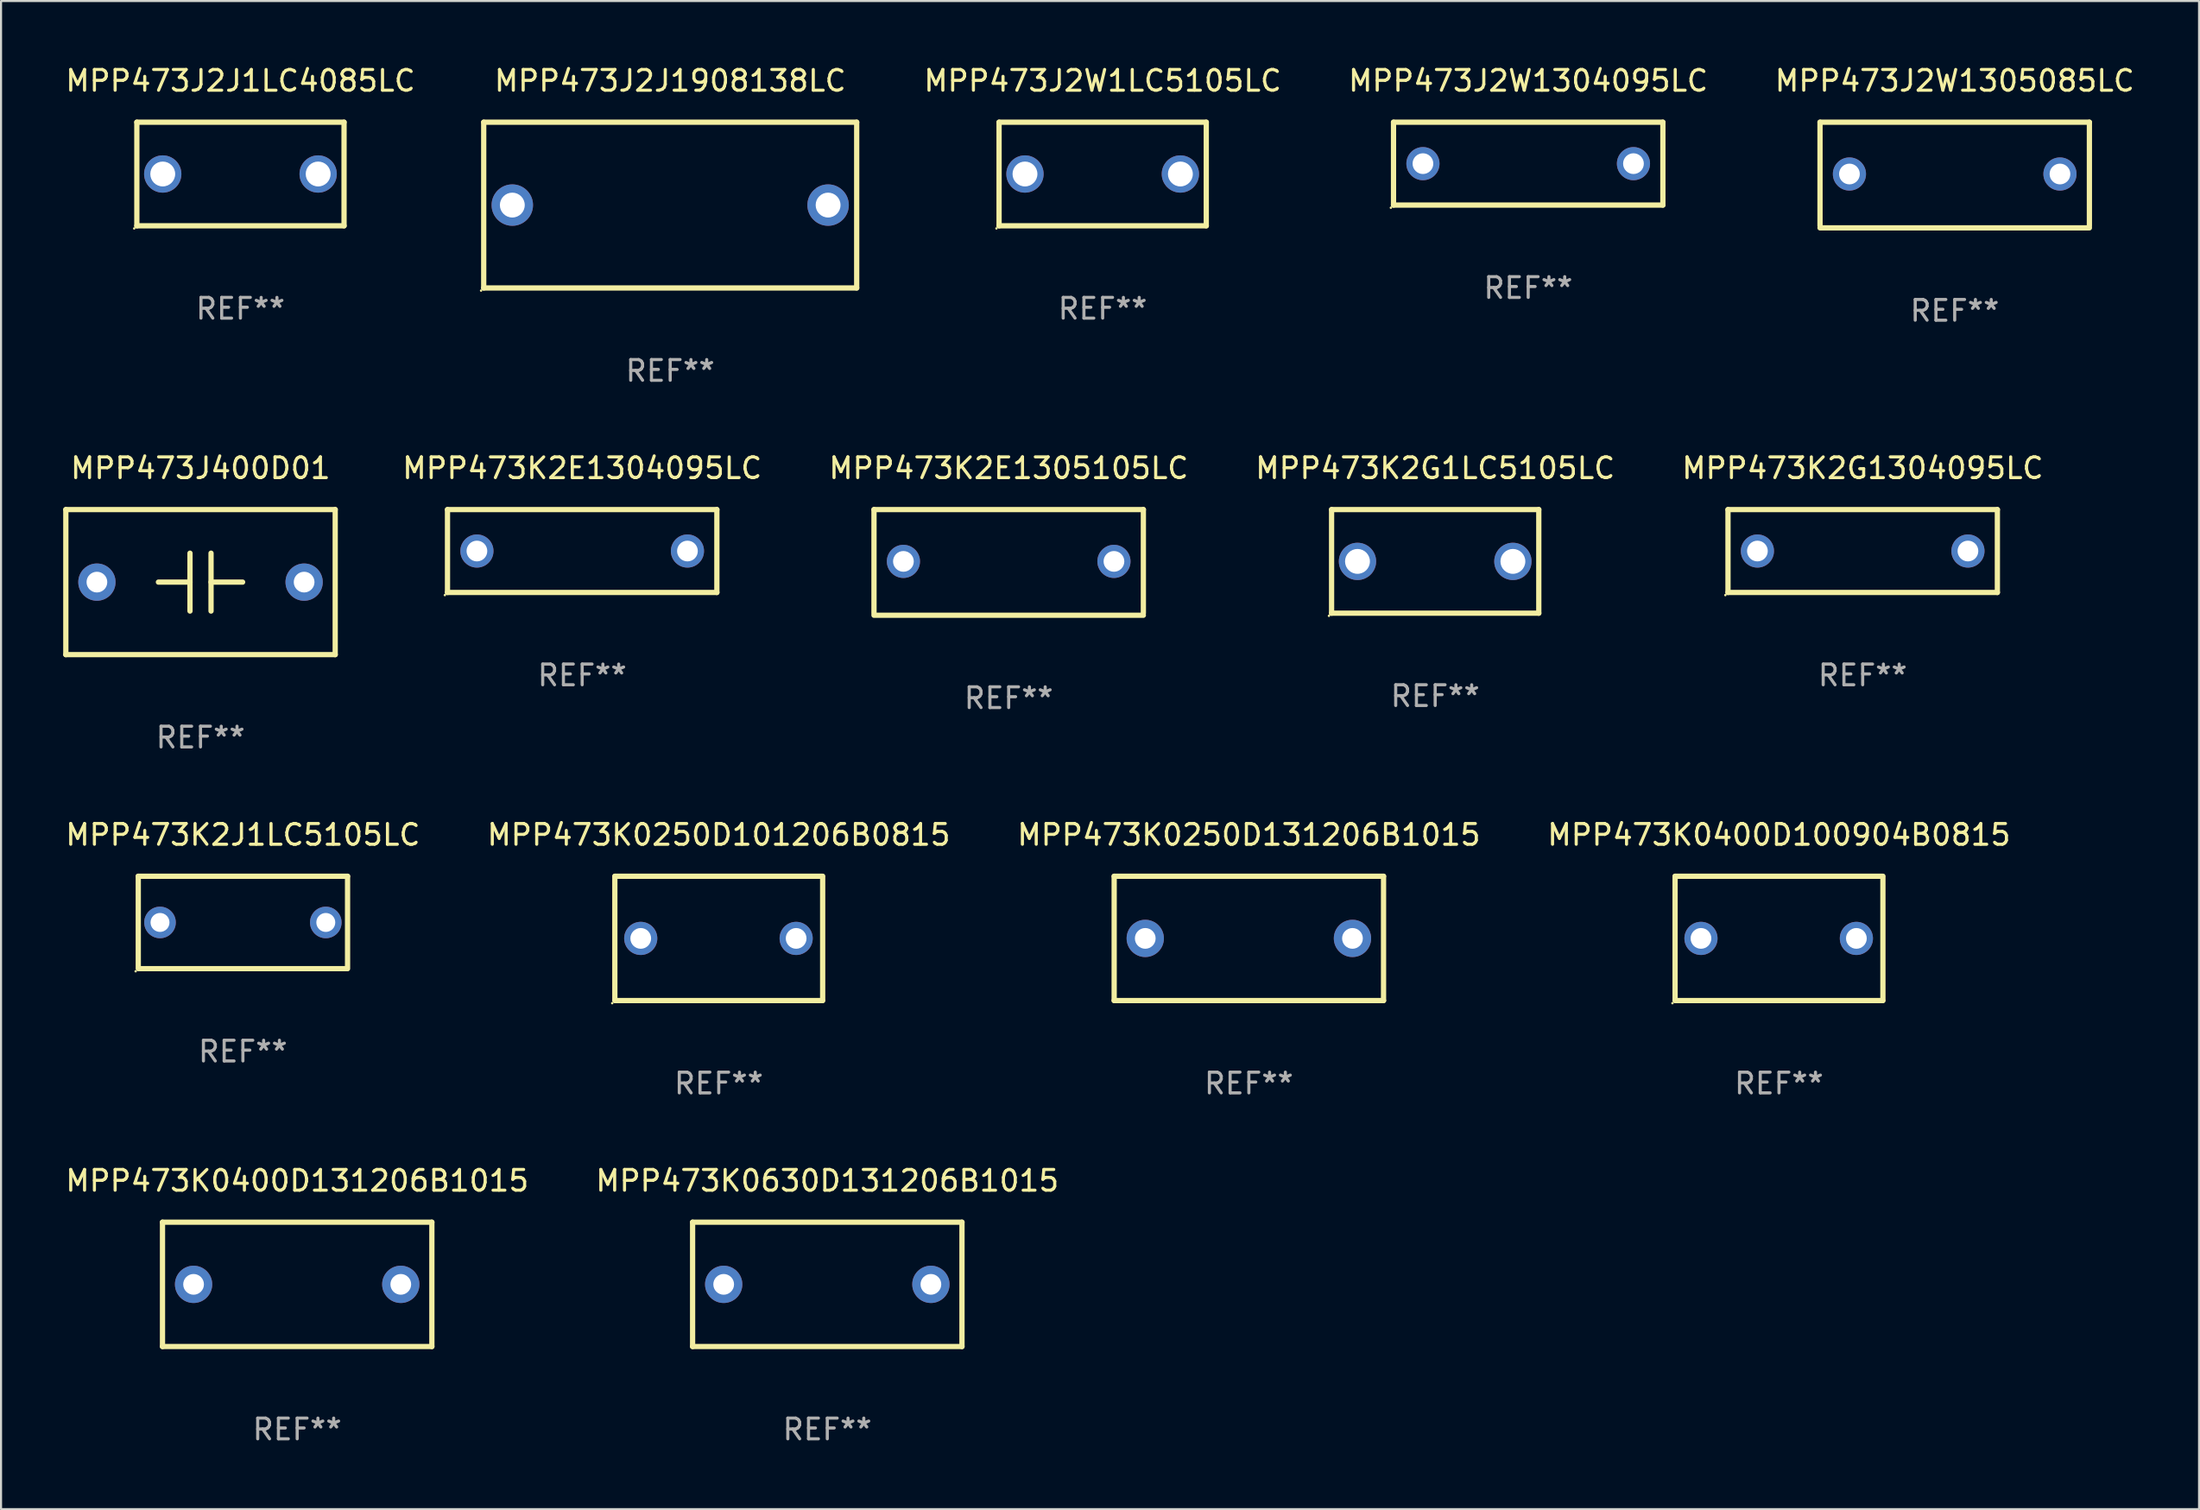
<source format=kicad_pcb>
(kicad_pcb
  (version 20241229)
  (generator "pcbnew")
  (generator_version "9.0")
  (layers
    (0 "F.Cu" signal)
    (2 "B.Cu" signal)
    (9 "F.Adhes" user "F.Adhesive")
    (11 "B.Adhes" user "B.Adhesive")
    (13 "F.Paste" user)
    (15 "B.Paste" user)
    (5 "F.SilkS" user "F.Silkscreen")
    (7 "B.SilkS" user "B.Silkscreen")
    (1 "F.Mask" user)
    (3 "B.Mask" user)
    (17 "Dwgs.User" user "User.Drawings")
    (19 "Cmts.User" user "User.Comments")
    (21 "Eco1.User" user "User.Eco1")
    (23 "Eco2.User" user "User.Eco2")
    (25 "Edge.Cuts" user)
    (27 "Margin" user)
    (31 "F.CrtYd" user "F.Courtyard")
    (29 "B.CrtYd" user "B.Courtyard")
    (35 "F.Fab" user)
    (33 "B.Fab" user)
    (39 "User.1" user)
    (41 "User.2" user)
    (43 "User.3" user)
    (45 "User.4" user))
  (footprint "MPP473K2E1305105LC"
    (layer "F.Cu")
    (at 45.629 24.095)
    (property "Reference" "MPP473K2E1305105LC" (at 0 -4.55 0) (layer "F.SilkS") (effects (font (size 1 1) (thickness 0.15))))
    (attr through_hole)
    (fp_line (start -6.5 -2.55) (end 6.5 -2.55) (stroke (width 0.254) (type solid)) (layer "F.SilkS"))
    (fp_line (start -6.5 2.45) (end -6.5 -2.55) (stroke (width 0.254) (type solid)) (layer "F.SilkS"))
    (fp_line (start 6.5 -2.55) (end 6.5 2.45) (stroke (width 0.254) (type solid)) (layer "F.SilkS"))
    (fp_line (start 6.5 2.55) (end -6.5 2.55) (stroke (width 0.254) (type solid)) (layer "F.SilkS"))
    (fp_circle (center -6.5 2.45) (end -6.47 2.45) (stroke (width 0.06) (type solid)) (fill no) (layer "F.SilkS"))
    (fp_text user "REF**" (at 0 6.55 0) (layer "F.Fab") (effects (font (size 1 1) (thickness 0.15))))
    (pad "1" thru_hole circle (at -5.08 -0.05) (size 1.6 1.6) (drill 1) (layers "*.Cu" "*.Mask"))
    (pad "2" thru_hole circle (at 5.08 -0.05) (size 1.6 1.6) (drill 1) (layers "*.Cu" "*.Mask")))
  (footprint "MPP473K2J1LC5105LC"
    (layer "F.Cu")
    (at 8.673 41.471)
    (property "Reference" "MPP473K2J1LC5105LC" (at 0 -4.23 0) (layer "F.SilkS") (effects (font (size 1 1) (thickness 0.15))))
    (attr through_hole)
    (fp_line (start -5.05 -2.23) (end 5.05 -2.23) (stroke (width 0.254) (type solid)) (layer "F.SilkS"))
    (fp_line (start -5.05 2.23) (end -5.05 -2.23) (stroke (width 0.254) (type solid)) (layer "F.SilkS"))
    (fp_line (start 5.02 2.23) (end -4.98 2.23) (stroke (width 0.254) (type solid)) (layer "F.SilkS"))
    (fp_line (start 5.05 -2.23) (end 5.05 2.23) (stroke (width 0.254) (type solid)) (layer "F.SilkS"))
    (fp_circle (center -5.177 2.357) (end -5.147 2.357) (stroke (width 0.06) (type solid)) (fill no) (layer "F.SilkS"))
    (fp_text user "REF**" (at 0 6.23 0) (layer "F.Fab") (effects (font (size 1 1) (thickness 0.15))))
    (pad "1" thru_hole circle (at -4.001 0.000064) (size 1.524 1.524) (drill 0.914) (layers "*.Cu" "*.Mask"))
    (pad "2" thru_hole circle (at 4 0.000064) (size 1.524 1.524) (drill 0.914) (layers "*.Cu" "*.Mask")))
  (footprint "MPP473J2J1LC4085LC"
    (layer "F.Cu")
    (at 8.554 5.348)
    (property "Reference" "MPP473J2J1LC4085LC" (at 0 -4.5 0) (layer "F.SilkS") (effects (font (size 1 1) (thickness 0.15))))
    (attr through_hole)
    (fp_line (start -5 -2.5) (end 5 -2.5) (stroke (width 0.254) (type solid)) (layer "F.SilkS"))
    (fp_line (start -5 2.5) (end -5 -2.5) (stroke (width 0.254) (type solid)) (layer "F.SilkS"))
    (fp_line (start 5 -2.5) (end 5 2.5) (stroke (width 0.254) (type solid)) (layer "F.SilkS"))
    (fp_line (start 5 2.5) (end -5 2.5) (stroke (width 0.254) (type solid)) (layer "F.SilkS"))
    (fp_circle (center -5.127 2.627) (end -5.097 2.627) (stroke (width 0.06) (type solid)) (fill no) (layer "F.SilkS"))
    (fp_text user "REF**" (at 0 6.5 0) (layer "F.Fab") (effects (font (size 1 1) (thickness 0.15))))
    (pad "1" thru_hole circle (at -3.75 0) (size 1.8 1.8) (drill 1.2) (layers "*.Cu" "*.Mask"))
    (pad "2" thru_hole circle (at 3.75 0) (size 1.8 1.8) (drill 1.2) (layers "*.Cu" "*.Mask")))
  (footprint "MPP473J2W1305085LC"
    (layer "F.Cu")
    (at 91.284 5.398)
    (property "Reference" "MPP473J2W1305085LC" (at 0 -4.55 0) (layer "F.SilkS") (effects (font (size 1 1) (thickness 0.15))))
    (attr through_hole)
    (fp_line (start -6.5 -2.55) (end 6.5 -2.55) (stroke (width 0.254) (type solid)) (layer "F.SilkS"))
    (fp_line (start -6.5 2.45) (end -6.5 -2.55) (stroke (width 0.254) (type solid)) (layer "F.SilkS"))
    (fp_line (start 6.5 -2.55) (end 6.5 2.45) (stroke (width 0.254) (type solid)) (layer "F.SilkS"))
    (fp_line (start 6.5 2.55) (end -6.5 2.55) (stroke (width 0.254) (type solid)) (layer "F.SilkS"))
    (fp_circle (center -6.5 2.45) (end -6.47 2.45) (stroke (width 0.06) (type solid)) (fill no) (layer "F.SilkS"))
    (fp_text user "REF**" (at 0 6.55 0) (layer "F.Fab") (effects (font (size 1 1) (thickness 0.15))))
    (pad "1" thru_hole circle (at -5.08 -0.05) (size 1.6 1.6) (drill 1) (layers "*.Cu" "*.Mask"))
    (pad "2" thru_hole circle (at 5.08 -0.05) (size 1.6 1.6) (drill 1) (layers "*.Cu" "*.Mask")))
  (footprint "MPP473K2E1304095LC"
    (layer "F.Cu")
    (at 25.046 23.545)
    (property "Reference" "MPP473K2E1304095LC" (at 0 -4 0) (layer "F.SilkS") (effects (font (size 1 1) (thickness 0.15))))
    (attr through_hole)
    (fp_line (start -6.5 -2) (end 6.5 -2) (stroke (width 0.254) (type solid)) (layer "F.SilkS"))
    (fp_line (start -6.5 2) (end -6.5 -2) (stroke (width 0.254) (type solid)) (layer "F.SilkS"))
    (fp_line (start 6.5 -2) (end 6.5 2) (stroke (width 0.254) (type solid)) (layer "F.SilkS"))
    (fp_line (start 6.5 2) (end -6.5 2) (stroke (width 0.254) (type solid)) (layer "F.SilkS"))
    (fp_circle (center -6.627 2.127) (end -6.597 2.127) (stroke (width 0.06) (type solid)) (fill no) (layer "F.SilkS"))
    (fp_text user "REF**" (at 0 6 0) (layer "F.Fab") (effects (font (size 1 1) (thickness 0.15))))
    (pad "1" thru_hole circle (at -5.08 0) (size 1.6 1.6) (drill 1) (layers "*.Cu" "*.Mask"))
    (pad "2" thru_hole circle (at 5.08 0) (size 1.6 1.6) (drill 1) (layers "*.Cu" "*.Mask")))
  (footprint "MPP473K2G1304095LC"
    (layer "F.Cu")
    (at 86.843 23.545)
    (property "Reference" "MPP473K2G1304095LC" (at 0 -4 0) (layer "F.SilkS") (effects (font (size 1 1) (thickness 0.15))))
    (attr through_hole)
    (fp_line (start -6.5 -2) (end 6.5 -2) (stroke (width 0.254) (type solid)) (layer "F.SilkS"))
    (fp_line (start -6.5 2) (end -6.5 -2) (stroke (width 0.254) (type solid)) (layer "F.SilkS"))
    (fp_line (start 6.5 -2) (end 6.5 2) (stroke (width 0.254) (type solid)) (layer "F.SilkS"))
    (fp_line (start 6.5 2) (end -6.5 2) (stroke (width 0.254) (type solid)) (layer "F.SilkS"))
    (fp_circle (center -6.627 2.127) (end -6.597 2.127) (stroke (width 0.06) (type solid)) (fill no) (layer "F.SilkS"))
    (fp_text user "REF**" (at 0 6 0) (layer "F.Fab") (effects (font (size 1 1) (thickness 0.15))))
    (pad "1" thru_hole circle (at -5.08 0) (size 1.6 1.6) (drill 1) (layers "*.Cu" "*.Mask"))
    (pad "2" thru_hole circle (at 5.08 0) (size 1.6 1.6) (drill 1) (layers "*.Cu" "*.Mask")))
  (footprint "MPP473K0630D131206B1015"
    (layer "F.Cu")
    (at 36.875 58.938)
    (property "Reference" "MPP473K0630D131206B1015" (at 0 -5 0) (layer "F.SilkS") (effects (font (size 1 1) (thickness 0.15))))
    (attr through_hole)
    (fp_line (start -6.5 -3) (end 6.5 -3) (stroke (width 0.254) (type solid)) (layer "F.SilkS"))
    (fp_line (start -6.5 3) (end -6.5 -3) (stroke (width 0.254) (type solid)) (layer "F.SilkS"))
    (fp_line (start 6.5 -3) (end 6.5 3) (stroke (width 0.254) (type solid)) (layer "F.SilkS"))
    (fp_line (start 6.5 3) (end -6.5 3) (stroke (width 0.254) (type solid)) (layer "F.SilkS"))
    (fp_circle (center -6.5 3) (end -6.47 3) (stroke (width 0.06) (type solid)) (fill no) (layer "F.SilkS"))
    (fp_text user "REF**" (at 0 7 0) (layer "F.Fab") (effects (font (size 1 1) (thickness 0.15))))
    (pad "1" thru_hole circle (at -5 0) (size 1.8 1.8) (drill 1) (layers "*.Cu" "*.Mask"))
    (pad "2" thru_hole circle (at 5 0) (size 1.8 1.8) (drill 1) (layers "*.Cu" "*.Mask")))
  (footprint "MPP473J2J1908138LC"
    (layer "F.Cu")
    (at 29.294 6.848)
    (property "Reference" "MPP473J2J1908138LC" (at 0 -6 0) (layer "F.SilkS") (effects (font (size 1 1) (thickness 0.15))))
    (attr through_hole)
    (fp_line (start -9 -4) (end 9 -4) (stroke (width 0.254) (type solid)) (layer "F.SilkS"))
    (fp_line (start -9 4) (end -9 -4) (stroke (width 0.254) (type solid)) (layer "F.SilkS"))
    (fp_line (start 9 -4) (end 9 4) (stroke (width 0.254) (type solid)) (layer "F.SilkS"))
    (fp_line (start 9 4) (end -9 4) (stroke (width 0.254) (type solid)) (layer "F.SilkS"))
    (fp_circle (center -9.127 4.127) (end -9.097 4.127) (stroke (width 0.06) (type solid)) (fill no) (layer "F.SilkS"))
    (fp_text user "REF**" (at 0 8 0) (layer "F.Fab") (effects (font (size 1 1) (thickness 0.15))))
    (pad "1" thru_hole circle (at -7.62 0) (size 2 2) (drill 1.2) (layers "*.Cu" "*.Mask"))
    (pad "2" thru_hole circle (at 7.62 0) (size 2 2) (drill 1.2) (layers "*.Cu" "*.Mask")))
  (footprint "MPP473K0250D131206B1015"
    (layer "F.Cu")
    (at 57.22 42.241)
    (property "Reference" "MPP473K0250D131206B1015" (at 0 -5 0) (layer "F.SilkS") (effects (font (size 1 1) (thickness 0.15))))
    (attr through_hole)
    (fp_line (start -6.5 -3) (end 6.5 -3) (stroke (width 0.254) (type solid)) (layer "F.SilkS"))
    (fp_line (start -6.5 3) (end -6.5 -3) (stroke (width 0.254) (type solid)) (layer "F.SilkS"))
    (fp_line (start 6.5 -3) (end 6.5 3) (stroke (width 0.254) (type solid)) (layer "F.SilkS"))
    (fp_line (start 6.5 3) (end -6.5 3) (stroke (width 0.254) (type solid)) (layer "F.SilkS"))
    (fp_circle (center -6.5 3) (end -6.47 3) (stroke (width 0.06) (type solid)) (fill no) (layer "F.SilkS"))
    (fp_text user "REF**" (at 0 7 0) (layer "F.Fab") (effects (font (size 1 1) (thickness 0.15))))
    (pad "1" thru_hole circle (at -5 0) (size 1.8 1.8) (drill 1) (layers "*.Cu" "*.Mask"))
    (pad "2" thru_hole circle (at 5 0) (size 1.8 1.8) (drill 1) (layers "*.Cu" "*.Mask")))
  (footprint "MPP473K0400D131206B1015"
    (layer "F.Cu")
    (at 11.292 58.938)
    (property "Reference" "MPP473K0400D131206B1015" (at 0 -5 0) (layer "F.SilkS") (effects (font (size 1 1) (thickness 0.15))))
    (attr through_hole)
    (fp_line (start -6.5 -3) (end 6.5 -3) (stroke (width 0.254) (type solid)) (layer "F.SilkS"))
    (fp_line (start -6.5 3) (end -6.5 -3) (stroke (width 0.254) (type solid)) (layer "F.SilkS"))
    (fp_line (start 6.5 -3) (end 6.5 3) (stroke (width 0.254) (type solid)) (layer "F.SilkS"))
    (fp_line (start 6.5 3) (end -6.5 3) (stroke (width 0.254) (type solid)) (layer "F.SilkS"))
    (fp_circle (center -6.5 3) (end -6.47 3) (stroke (width 0.06) (type solid)) (fill no) (layer "F.SilkS"))
    (fp_text user "REF**" (at 0 7 0) (layer "F.Fab") (effects (font (size 1 1) (thickness 0.15))))
    (pad "1" thru_hole circle (at -5 0) (size 1.8 1.8) (drill 1) (layers "*.Cu" "*.Mask"))
    (pad "2" thru_hole circle (at 5 0) (size 1.8 1.8) (drill 1) (layers "*.Cu" "*.Mask")))
  (footprint "MPP473K0250D101206B0815"
    (layer "F.Cu")
    (at 31.637 42.241)
    (property "Reference" "MPP473K0250D101206B0815" (at 0 -5 0) (layer "F.SilkS") (effects (font (size 1 1) (thickness 0.15))))
    (attr through_hole)
    (fp_line (start -5.015 3) (end -5.015 -3) (stroke (width 0.254) (type solid)) (layer "F.SilkS"))
    (fp_line (start -5.005 -3) (end 4.995 -3) (stroke (width 0.254) (type solid)) (layer "F.SilkS"))
    (fp_line (start 5.005 3) (end -4.995 3) (stroke (width 0.254) (type solid)) (layer "F.SilkS"))
    (fp_line (start 5.015 -3) (end 5.015 3) (stroke (width 0.254) (type solid)) (layer "F.SilkS"))
    (fp_circle (center -5.142 3.127) (end -5.112 3.127) (stroke (width 0.06) (type solid)) (fill no) (layer "F.SilkS"))
    (fp_text user "REF**" (at 0 7 0) (layer "F.Fab") (effects (font (size 1 1) (thickness 0.15))))
    (pad "1" thru_hole circle (at -3.765 0) (size 1.6 1.6) (drill 1) (layers "*.Cu" "*.Mask"))
    (pad "2" thru_hole circle (at 3.735 0) (size 1.6 1.6) (drill 1) (layers "*.Cu" "*.Mask")))
  (footprint "MPP473K2G1LC5105LC"
    (layer "F.Cu")
    (at 66.212 24.045)
    (property "Reference" "MPP473K2G1LC5105LC" (at 0 -4.5 0) (layer "F.SilkS") (effects (font (size 1 1) (thickness 0.15))))
    (attr through_hole)
    (fp_line (start -5 -2.5) (end 5 -2.5) (stroke (width 0.254) (type solid)) (layer "F.SilkS"))
    (fp_line (start -5 2.5) (end -5 -2.5) (stroke (width 0.254) (type solid)) (layer "F.SilkS"))
    (fp_line (start 5 -2.5) (end 5 2.5) (stroke (width 0.254) (type solid)) (layer "F.SilkS"))
    (fp_line (start 5 2.5) (end -5 2.5) (stroke (width 0.254) (type solid)) (layer "F.SilkS"))
    (fp_circle (center -5.127 2.627) (end -5.097 2.627) (stroke (width 0.06) (type solid)) (fill no) (layer "F.SilkS"))
    (fp_text user "REF**" (at 0 6.5 0) (layer "F.Fab") (effects (font (size 1 1) (thickness 0.15))))
    (pad "1" thru_hole circle (at -3.75 0) (size 1.8 1.8) (drill 1.2) (layers "*.Cu" "*.Mask"))
    (pad "2" thru_hole circle (at 3.75 0) (size 1.8 1.8) (drill 1.2) (layers "*.Cu" "*.Mask")))
  (footprint "MPP473K0400D100904B0815"
    (layer "F.Cu")
    (at 82.804 42.241)
    (property "Reference" "MPP473K0400D100904B0815" (at 0 -5 0) (layer "F.SilkS") (effects (font (size 1 1) (thickness 0.15))))
    (attr through_hole)
    (fp_line (start -5.015 3) (end -5.015 -3) (stroke (width 0.254) (type solid)) (layer "F.SilkS"))
    (fp_line (start -5.005 -3) (end 4.995 -3) (stroke (width 0.254) (type solid)) (layer "F.SilkS"))
    (fp_line (start 5.005 3) (end -4.995 3) (stroke (width 0.254) (type solid)) (layer "F.SilkS"))
    (fp_line (start 5.015 -3) (end 5.015 3) (stroke (width 0.254) (type solid)) (layer "F.SilkS"))
    (fp_circle (center -5.142 3.127) (end -5.112 3.127) (stroke (width 0.06) (type solid)) (fill no) (layer "F.SilkS"))
    (fp_text user "REF**" (at 0 7 0) (layer "F.Fab") (effects (font (size 1 1) (thickness 0.15))))
    (pad "1" thru_hole circle (at -3.765 0) (size 1.6 1.6) (drill 1) (layers "*.Cu" "*.Mask"))
    (pad "2" thru_hole circle (at 3.735 0) (size 1.6 1.6) (drill 1) (layers "*.Cu" "*.Mask")))
  (footprint "MPP473J2W1304095LC"
    (layer "F.Cu")
    (at 70.701 4.848)
    (property "Reference" "MPP473J2W1304095LC" (at 0 -4 0) (layer "F.SilkS") (effects (font (size 1 1) (thickness 0.15))))
    (attr through_hole)
    (fp_line (start -6.5 -2) (end 6.5 -2) (stroke (width 0.254) (type solid)) (layer "F.SilkS"))
    (fp_line (start -6.5 2) (end -6.5 -2) (stroke (width 0.254) (type solid)) (layer "F.SilkS"))
    (fp_line (start 6.5 -2) (end 6.5 2) (stroke (width 0.254) (type solid)) (layer "F.SilkS"))
    (fp_line (start 6.5 2) (end -6.5 2) (stroke (width 0.254) (type solid)) (layer "F.SilkS"))
    (fp_circle (center -6.627 2.127) (end -6.597 2.127) (stroke (width 0.06) (type solid)) (fill no) (layer "F.SilkS"))
    (fp_text user "REF**" (at 0 6 0) (layer "F.Fab") (effects (font (size 1 1) (thickness 0.15))))
    (pad "1" thru_hole circle (at -5.08 0) (size 1.6 1.6) (drill 1) (layers "*.Cu" "*.Mask"))
    (pad "2" thru_hole circle (at 5.08 0) (size 1.6 1.6) (drill 1) (layers "*.Cu" "*.Mask")))
  (footprint "MPP473J2W1LC5105LC"
    (layer "F.Cu")
    (at 50.165 5.348)
    (property "Reference" "MPP473J2W1LC5105LC" (at 0 -4.5 0) (layer "F.SilkS") (effects (font (size 1 1) (thickness 0.15))))
    (attr through_hole)
    (fp_line (start -5 -2.5) (end 5 -2.5) (stroke (width 0.254) (type solid)) (layer "F.SilkS"))
    (fp_line (start -5 2.5) (end -5 -2.5) (stroke (width 0.254) (type solid)) (layer "F.SilkS"))
    (fp_line (start 5 -2.5) (end 5 2.5) (stroke (width 0.254) (type solid)) (layer "F.SilkS"))
    (fp_line (start 5 2.5) (end -5 2.5) (stroke (width 0.254) (type solid)) (layer "F.SilkS"))
    (fp_circle (center -5.127 2.627) (end -5.097 2.627) (stroke (width 0.06) (type solid)) (fill no) (layer "F.SilkS"))
    (fp_text user "REF**" (at 0 6.5 0) (layer "F.Fab") (effects (font (size 1 1) (thickness 0.15))))
    (pad "1" thru_hole circle (at -3.75 0) (size 1.8 1.8) (drill 1.2) (layers "*.Cu" "*.Mask"))
    (pad "2" thru_hole circle (at 3.75 0) (size 1.8 1.8) (drill 1.2) (layers "*.Cu" "*.Mask")))
  (footprint "MPP473J400D01"
    (layer "F.Cu")
    (at 6.627 25.045)
    (property "Reference" "MPP473J400D01" (at 0 -5.5 0) (layer "F.SilkS") (effects (font (size 1 1) (thickness 0.15))))
    (attr through_hole)
    (fp_line (start -6.5 -3.5) (end -6.5 3.5) (stroke (width 0.254) (type solid)) (layer "F.SilkS"))
    (fp_line (start -6.5 -3.5) (end 6.5 -3.5) (stroke (width 0.254) (type solid)) (layer "F.SilkS"))
    (fp_line (start -6.5 3.5) (end 6.5 3.5) (stroke (width 0.254) (type solid)) (layer "F.SilkS"))
    (fp_line (start -0.508 -0.000025) (end -2.032 -0.000025) (stroke (width 0.254) (type solid)) (layer "F.SilkS"))
    (fp_line (start -0.508 1.397) (end -0.508 -1.397) (stroke (width 0.254) (type solid)) (layer "F.SilkS"))
    (fp_line (start 0.508 -1.397) (end 0.508 1.397) (stroke (width 0.254) (type solid)) (layer "F.SilkS"))
    (fp_line (start 0.508 0.000025) (end 2.032 0.000025) (stroke (width 0.254) (type solid)) (layer "F.SilkS"))
    (fp_line (start 6.5 -3.5) (end 6.5 3.5) (stroke (width 0.254) (type solid)) (layer "F.SilkS"))
    (fp_circle (center -6.5 3.5) (end -6.47 3.5) (stroke (width 0.06) (type solid)) (fill no) (layer "F.SilkS"))
    (fp_text user "REF**" (at 0 7.5 0) (layer "F.Fab") (effects (font (size 1 1) (thickness 0.15))))
    (pad "1" thru_hole circle (at -5 0.000025) (size 1.8 1.8) (drill 1) (layers "*.Cu" "*.Mask"))
    (pad "2" thru_hole circle (at 5 0) (size 1.8 1.8) (drill 1) (layers "*.Cu" "*.Mask")))
  (gr_rect
    (start -3 -3)
    (end 103.076 69.786)
    (stroke (width 0.1) (type default))
    (fill no)
    (layer "Edge.Cuts")))
</source>
